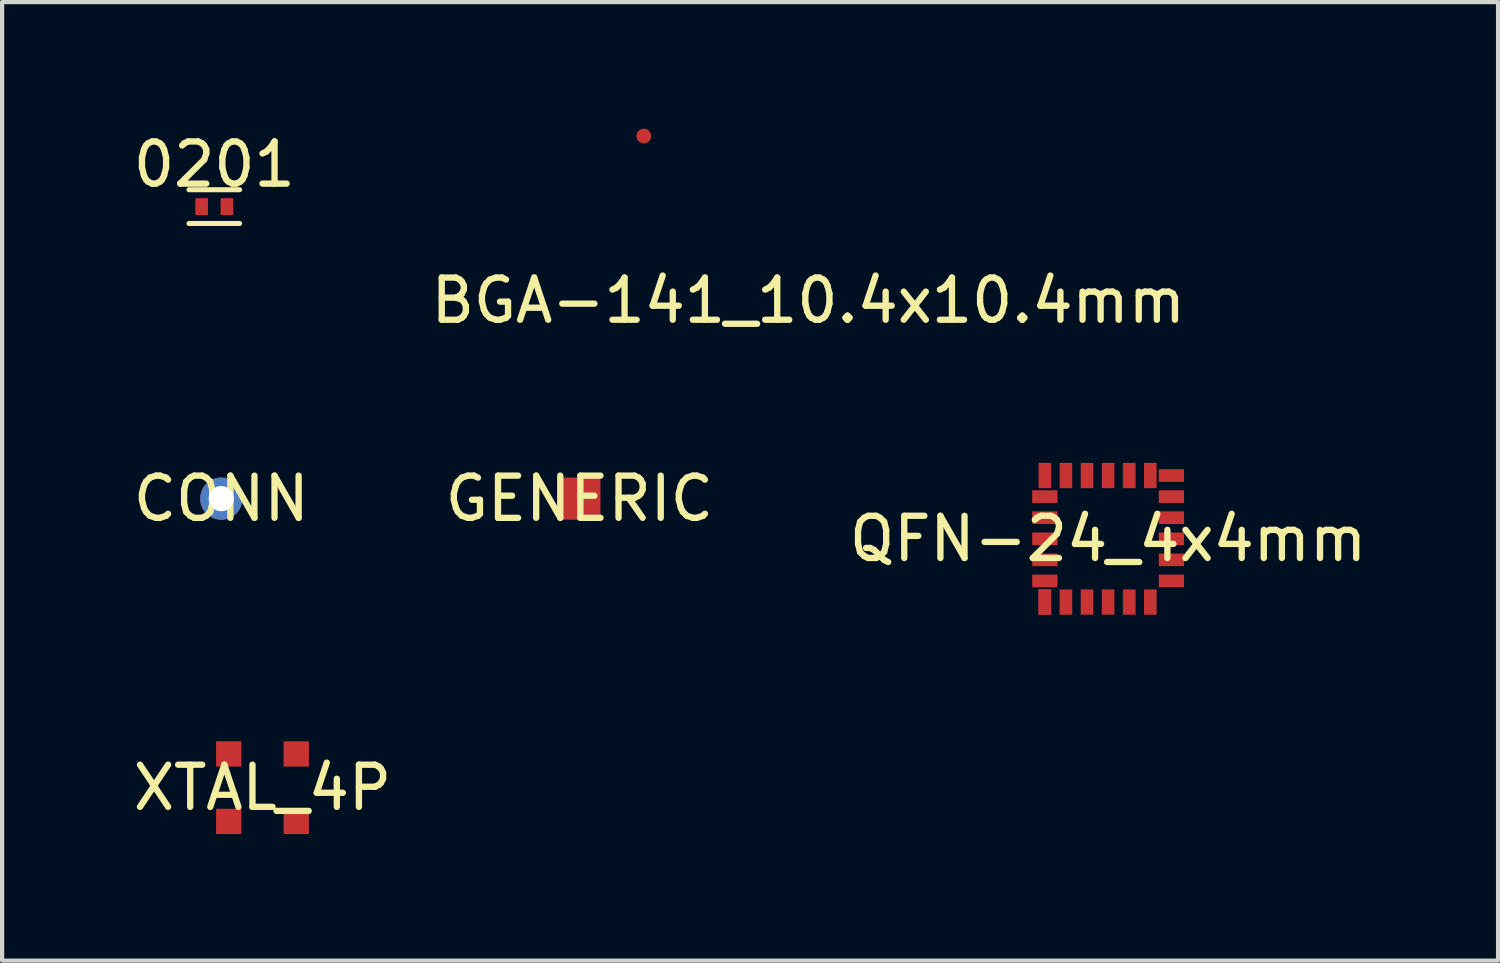
<source format=kicad_pcb>
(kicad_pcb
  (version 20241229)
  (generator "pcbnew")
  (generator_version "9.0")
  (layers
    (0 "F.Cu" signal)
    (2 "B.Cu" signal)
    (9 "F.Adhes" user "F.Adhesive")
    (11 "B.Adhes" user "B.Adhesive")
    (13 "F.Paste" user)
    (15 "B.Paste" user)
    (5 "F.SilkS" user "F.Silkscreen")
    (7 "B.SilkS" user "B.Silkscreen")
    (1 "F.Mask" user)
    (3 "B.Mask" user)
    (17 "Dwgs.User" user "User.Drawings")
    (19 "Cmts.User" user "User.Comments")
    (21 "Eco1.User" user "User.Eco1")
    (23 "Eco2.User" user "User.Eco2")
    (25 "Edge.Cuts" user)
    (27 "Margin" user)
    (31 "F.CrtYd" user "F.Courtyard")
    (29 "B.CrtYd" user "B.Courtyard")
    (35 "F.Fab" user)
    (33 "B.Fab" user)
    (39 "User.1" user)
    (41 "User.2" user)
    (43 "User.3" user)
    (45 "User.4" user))
  (footprint "0201"
    (layer "F.Cu")
    (at 2.03 1.848)
    (property "Reference" "0201" (at 0 -1 0) (layer "F.SilkS") (effects (font (size 1 1) (thickness 0.15))))
    (attr smd)
    (fp_line (start -0.6 -0.4) (end 0.6 -0.4) (stroke (width 0.12) (type solid)) (layer "F.SilkS"))
    (fp_line (start -0.6 0.4) (end 0.6 0.4) (stroke (width 0.12) (type solid)) (layer "F.SilkS"))
    (pad "1" smd rect (at -0.3 0) (size 0.3 0.4) (layers "F.Cu" "F.Mask" "F.Paste"))
    (pad "2" smd rect (at 0.3 0) (size 0.3 0.4) (layers "F.Cu" "F.Mask" "F.Paste")))
  (footprint "XTAL_4P"
    (layer "F.Cu")
    (at 3.173 15.623)
    (property "Reference" "XTAL_4P" (at 0 0 0) (layer "F.SilkS") (effects (font (size 1 1) (thickness 0.15))))
    (attr smd)
    (pad "1" smd rect (at -0.8 0.8) (size 0.6 0.6) (layers "F.Cu" "F.Mask" "F.Paste"))
    (pad "2" smd rect (at 0.8 0.8) (size 0.6 0.6) (layers "F.Cu" "F.Mask" "F.Paste"))
    (pad "3" smd rect (at 0.8 -0.8) (size 0.6 0.6) (layers "F.Cu" "F.Mask" "F.Paste"))
    (pad "4" smd rect (at -0.8 -0.8) (size 0.6 0.6) (layers "F.Cu" "F.Mask" "F.Paste")))
  (footprint "GENERIC"
    (layer "F.Cu")
    (at 10.685 8.771)
    (property "Reference" "GENERIC" (at 0 0 0) (layer "F.SilkS") (effects (font (size 1 1) (thickness 0.15))))
    (attr smd)
    (pad "1" smd rect (at 0 0) (size 1 1) (layers "F.Cu" "F.Mask" "F.Paste")))
  (footprint "QFN-24_4x4mm"
    (layer "F.Cu")
    (at 23.22 9.723)
    (property "Reference" "QFN-24_4x4mm" (at 0 0 0) (layer "F.SilkS") (effects (font (size 1 1) (thickness 0.15))))
    (attr smd)
    (pad "1" smd rect (at -1.5 1.5) (size 0.3 0.6) (layers "F.Cu" "F.Mask" "F.Paste"))
    (pad "2" smd rect (at -1 1.5) (size 0.3 0.6) (layers "F.Cu" "F.Mask" "F.Paste"))
    (pad "3" smd rect (at -0.5 1.5) (size 0.3 0.6) (layers "F.Cu" "F.Mask" "F.Paste"))
    (pad "4" smd rect (at 0 1.5) (size 0.3 0.6) (layers "F.Cu" "F.Mask" "F.Paste"))
    (pad "5" smd rect (at 0.5 1.5) (size 0.3 0.6) (layers "F.Cu" "F.Mask" "F.Paste"))
    (pad "6" smd rect (at 1 1.5) (size 0.3 0.6) (layers "F.Cu" "F.Mask" "F.Paste"))
    (pad "7" smd rect (at 1.5 1) (size 0.6 0.3) (layers "F.Cu" "F.Mask" "F.Paste"))
    (pad "8" smd rect (at 1.5 0.5) (size 0.6 0.3) (layers "F.Cu" "F.Mask" "F.Paste"))
    (pad "9" smd rect (at 1.5 0) (size 0.6 0.3) (layers "F.Cu" "F.Mask" "F.Paste"))
    (pad "10" smd rect (at 1.5 -0.5) (size 0.6 0.3) (layers "F.Cu" "F.Mask" "F.Paste"))
    (pad "11" smd rect (at 1.5 -1) (size 0.6 0.3) (layers "F.Cu" "F.Mask" "F.Paste"))
    (pad "12" smd rect (at 1.5 -1.5) (size 0.6 0.3) (layers "F.Cu" "F.Mask" "F.Paste"))
    (pad "13" smd rect (at 1 -1.5) (size 0.3 0.6) (layers "F.Cu" "F.Mask" "F.Paste"))
    (pad "14" smd rect (at 0.5 -1.5) (size 0.3 0.6) (layers "F.Cu" "F.Mask" "F.Paste"))
    (pad "15" smd rect (at 0 -1.5) (size 0.3 0.6) (layers "F.Cu" "F.Mask" "F.Paste"))
    (pad "16" smd rect (at -0.5 -1.5) (size 0.3 0.6) (layers "F.Cu" "F.Mask" "F.Paste"))
    (pad "17" smd rect (at -1 -1.5) (size 0.3 0.6) (layers "F.Cu" "F.Mask" "F.Paste"))
    (pad "18" smd rect (at -1.5 -1.5) (size 0.3 0.6) (layers "F.Cu" "F.Mask" "F.Paste"))
    (pad "19" smd rect (at -1.5 -1) (size 0.6 0.3) (layers "F.Cu" "F.Mask" "F.Paste"))
    (pad "20" smd rect (at -1.5 -0.5) (size 0.6 0.3) (layers "F.Cu" "F.Mask" "F.Paste"))
    (pad "21" smd rect (at -1.5 0) (size 0.6 0.3) (layers "F.Cu" "F.Mask" "F.Paste"))
    (pad "22" smd rect (at -1.5 0.5) (size 0.6 0.3) (layers "F.Cu" "F.Mask" "F.Paste"))
    (pad "23" smd rect (at -1.5 1) (size 0.6 0.3) (layers "F.Cu" "F.Mask" "F.Paste"))
    (pad "24" smd rect (at -1.5 1.5) (size 0.3 0.6) (layers "F.Cu" "F.Mask" "F.Paste")))
  (footprint "BGA-141_10.4x10.4mm"
    (layer "F.Cu")
    (at 16.113 4.075)
    (property "Reference" "BGA-141_10.4x10.4mm" (at 0 0 0) (layer "F.SilkS") (effects (font (size 1 1) (thickness 0.15))))
    (attr smd)
    (pad "1" smd circle (at -3.9 -3.9) (size 0.35 0.35) (layers "F.Cu" "F.Mask" "F.Paste")))
  (footprint "CONN"
    (layer "F.Cu")
    (at 2.196 8.771)
    (property "Reference" "CONN" (at 0 0 0) (layer "F.SilkS") (effects (font (size 1 1) (thickness 0.15))))
    (attr through_hole)
    (pad "1" thru_hole circle (at 0 0) (size 1 1) (drill 0.6) (layers "*.Cu" "*.Mask")))
  (gr_rect
    (start -3 -3)
    (end 32.464 19.723)
    (stroke (width 0.1) (type default))
    (fill no)
    (layer "Edge.Cuts")))
</source>
